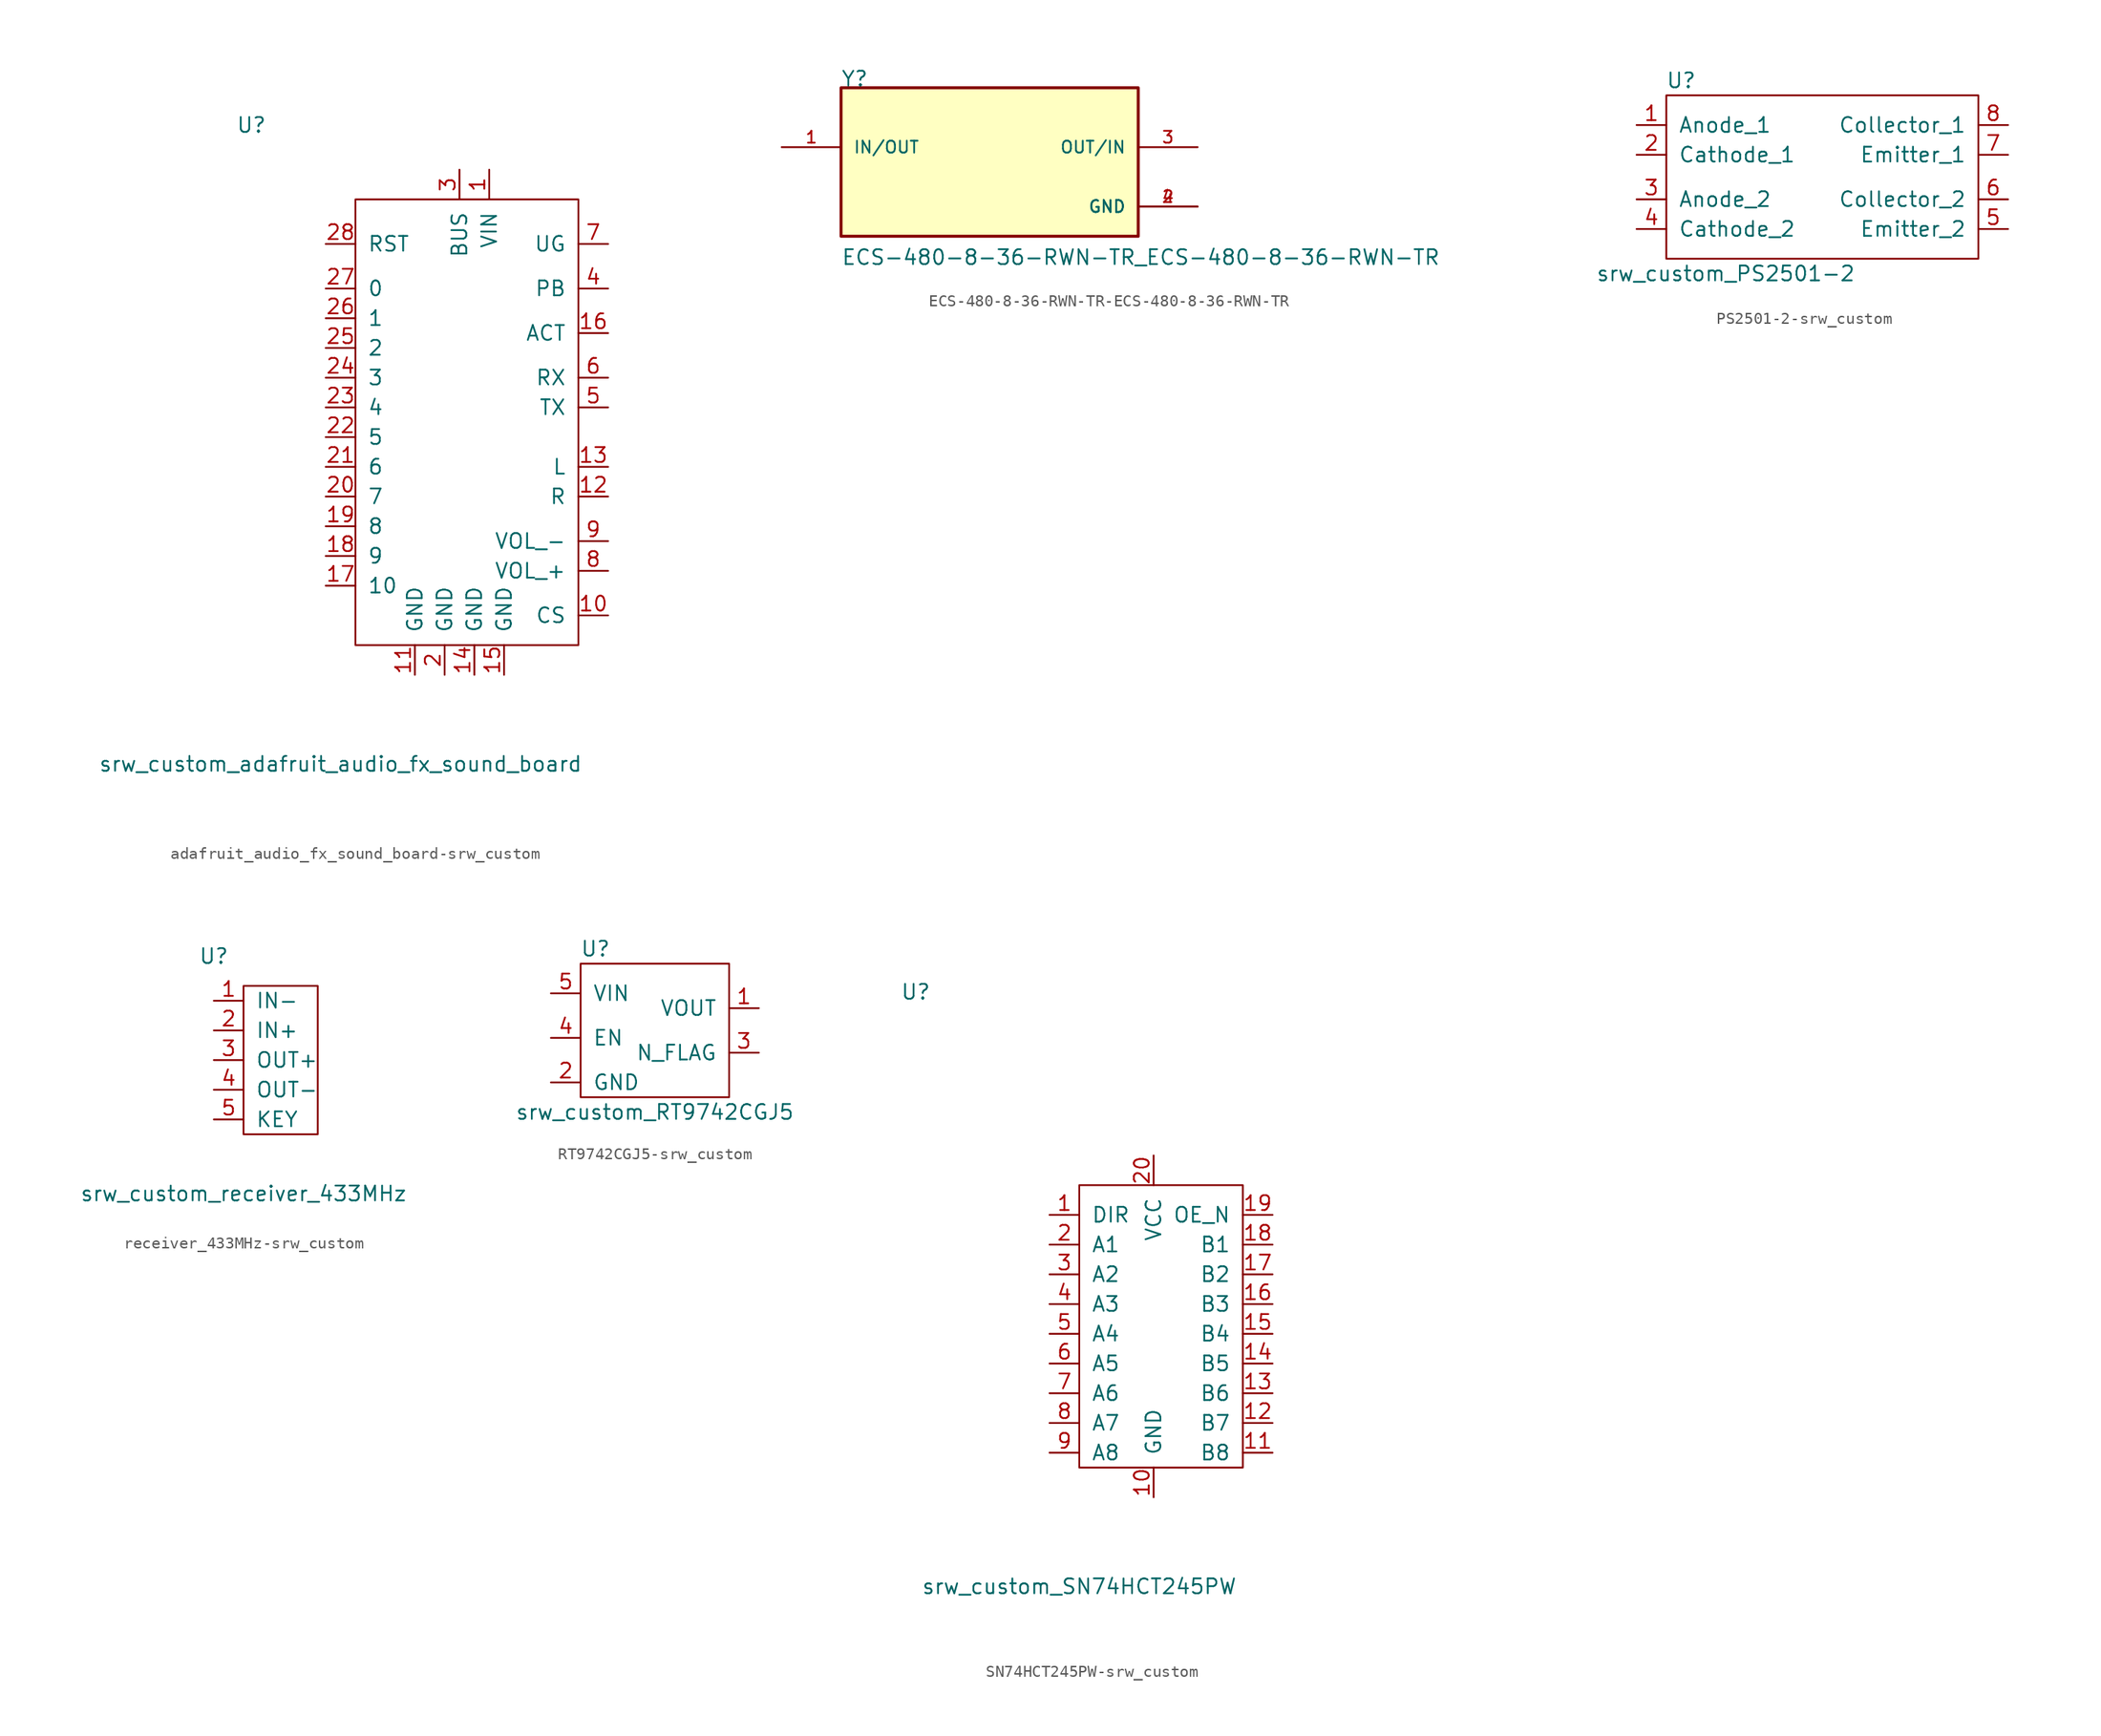
<source format=kicad_sym>
(kicad_symbol_lib
  (version 20220914)
  (generator kicad_symbol_editor)
  (symbol "adafruit_audio_fx_sound_board-srw_custom"
    (pin_names
      (offset 1.016))
    (property "Reference" "U"
      (at -8.89 6.35 0)
      (effects (font (size 1.27 1.27))))
    (property "Value" "srw_custom_adafruit_audio_fx_sound_board"
      (at -1.27 -48.26 0)
      (effects (font (size 1.27 1.27))))
    (symbol "adafruit_audio_fx_sound_board-srw_custom_0_1"
      (rectangle (start 0 0) (end 19.05 -38.1) (stroke (width 0) (type solid)) (fill (type none))))
    (symbol "adafruit_audio_fx_sound_board-srw_custom_1_1"
      (pin input line (at 11.43 2.54 270) (length 2.54) (name "VIN" (effects (font (size 1.27 1.27)))) (number "1" (effects (font (size 1.27 1.27)))))
      (pin input line (at 21.59 -35.56 180) (length 2.54) (name "CS" (effects (font (size 1.27 1.27)))) (number "10" (effects (font (size 1.27 1.27)))))
      (pin input line (at 5.08 -40.64 90) (length 2.54) (name "GND" (effects (font (size 1.27 1.27)))) (number "11" (effects (font (size 1.27 1.27)))))
      (pin input line (at 21.59 -25.4 180) (length 2.54) (name "R" (effects (font (size 1.27 1.27)))) (number "12" (effects (font (size 1.27 1.27)))))
      (pin input line (at 21.59 -22.86 180) (length 2.54) (name "L" (effects (font (size 1.27 1.27)))) (number "13" (effects (font (size 1.27 1.27)))))
      (pin input line (at 10.16 -40.64 90) (length 2.54) (name "GND" (effects (font (size 1.27 1.27)))) (number "14" (effects (font (size 1.27 1.27)))))
      (pin input line (at 12.7 -40.64 90) (length 2.54) (name "GND" (effects (font (size 1.27 1.27)))) (number "15" (effects (font (size 1.27 1.27)))))
      (pin input line (at 21.59 -11.43 180) (length 2.54) (name "ACT" (effects (font (size 1.27 1.27)))) (number "16" (effects (font (size 1.27 1.27)))))
      (pin input line (at -2.54 -33.02 0) (length 2.54) (name "10" (effects (font (size 1.27 1.27)))) (number "17" (effects (font (size 1.27 1.27)))))
      (pin input line (at -2.54 -30.48 0) (length 2.54) (name "9" (effects (font (size 1.27 1.27)))) (number "18" (effects (font (size 1.27 1.27)))))
      (pin input line (at -2.54 -27.94 0) (length 2.54) (name "8" (effects (font (size 1.27 1.27)))) (number "19" (effects (font (size 1.27 1.27)))))
      (pin input line (at 7.62 -40.64 90) (length 2.54) (name "GND" (effects (font (size 1.27 1.27)))) (number "2" (effects (font (size 1.27 1.27)))))
      (pin input line (at -2.54 -25.4 0) (length 2.54) (name "7" (effects (font (size 1.27 1.27)))) (number "20" (effects (font (size 1.27 1.27)))))
      (pin input line (at -2.54 -22.86 0) (length 2.54) (name "6" (effects (font (size 1.27 1.27)))) (number "21" (effects (font (size 1.27 1.27)))))
      (pin input line (at -2.54 -20.32 0) (length 2.54) (name "5" (effects (font (size 1.27 1.27)))) (number "22" (effects (font (size 1.27 1.27)))))
      (pin input line (at -2.54 -17.78 0) (length 2.54) (name "4" (effects (font (size 1.27 1.27)))) (number "23" (effects (font (size 1.27 1.27)))))
      (pin input line (at -2.54 -15.24 0) (length 2.54) (name "3" (effects (font (size 1.27 1.27)))) (number "24" (effects (font (size 1.27 1.27)))))
      (pin input line (at -2.54 -12.7 0) (length 2.54) (name "2" (effects (font (size 1.27 1.27)))) (number "25" (effects (font (size 1.27 1.27)))))
      (pin input line (at -2.54 -10.16 0) (length 2.54) (name "1" (effects (font (size 1.27 1.27)))) (number "26" (effects (font (size 1.27 1.27)))))
      (pin input line (at -2.54 -7.62 0) (length 2.54) (name "0" (effects (font (size 1.27 1.27)))) (number "27" (effects (font (size 1.27 1.27)))))
      (pin input line (at -2.54 -3.81 0) (length 2.54) (name "RST" (effects (font (size 1.27 1.27)))) (number "28" (effects (font (size 1.27 1.27)))))
      (pin input line (at 8.89 2.54 270) (length 2.54) (name "BUS" (effects (font (size 1.27 1.27)))) (number "3" (effects (font (size 1.27 1.27)))))
      (pin input line (at 21.59 -7.62 180) (length 2.54) (name "PB" (effects (font (size 1.27 1.27)))) (number "4" (effects (font (size 1.27 1.27)))))
      (pin input line (at 21.59 -17.78 180) (length 2.54) (name "TX" (effects (font (size 1.27 1.27)))) (number "5" (effects (font (size 1.27 1.27)))))
      (pin input line (at 21.59 -15.24 180) (length 2.54) (name "RX" (effects (font (size 1.27 1.27)))) (number "6" (effects (font (size 1.27 1.27)))))
      (pin input line (at 21.59 -3.81 180) (length 2.54) (name "UG" (effects (font (size 1.27 1.27)))) (number "7" (effects (font (size 1.27 1.27)))))
      (pin input line (at 21.59 -31.75 180) (length 2.54) (name "VOL_+" (effects (font (size 1.27 1.27)))) (number "8" (effects (font (size 1.27 1.27)))))
      (pin input line (at 21.59 -29.21 180) (length 2.54) (name "VOL_-" (effects (font (size 1.27 1.27)))) (number "9" (effects (font (size 1.27 1.27)))))))
  (symbol "ECS-480-8-36-RWN-TR-ECS-480-8-36-RWN-TR"
    (pin_names
      (offset 1.016))
    (property "Reference" "Y"
      (at -12.725 7.645 0)
      (effects (font (size 1.27 1.27)) (justify left bottom)))
    (property "Value" "ECS-480-8-36-RWN-TR_ECS-480-8-36-RWN-TR"
      (at -12.7 -7.62 0)
      (effects (font (size 1.27 1.27)) (justify left bottom)))
    (property "ki_locked" ""
      (at 0 0 0)
      (effects (font (size 1.27 1.27))))
    (symbol "ECS-480-8-36-RWN-TR-ECS-480-8-36-RWN-TR_0_0"
      (rectangle (start -12.7 -5.08) (end 12.7 7.62) (stroke (width 0.254) (type solid)) (fill (type background)))
      (pin bidirectional line (at -17.78 2.54 0) (length 5.08) (name "IN/OUT" (effects (font (size 1.016 1.016)))) (number "1" (effects (font (size 1.016 1.016)))))
      (pin power_in line (at 17.78 -2.54 180) (length 5.08) (name "GND" (effects (font (size 1.016 1.016)))) (number "2" (effects (font (size 1.016 1.016)))))
      (pin bidirectional line (at 17.78 2.54 180) (length 5.08) (name "OUT/IN" (effects (font (size 1.016 1.016)))) (number "3" (effects (font (size 1.016 1.016)))))
      (pin power_in line (at 17.78 -2.54 180) (length 5.08) (name "GND" (effects (font (size 1.016 1.016)))) (number "4" (effects (font (size 1.016 1.016)))))))
  (symbol "PS2501-2-srw_custom"
    (pin_names
      (offset 1.016))
    (property "Reference" "U"
      (at 1.27 1.27 0)
      (effects (font (size 1.27 1.27))))
    (property "Value" "srw_custom_PS2501-2"
      (at 5.08 -15.24 0)
      (effects (font (size 1.27 1.27))))
    (symbol "PS2501-2-srw_custom_0_1"
      (rectangle (start 0 0) (end 26.67 -13.97) (stroke (width 0) (type solid)) (fill (type none))))
    (symbol "PS2501-2-srw_custom_1_1"
      (pin input line (at -2.54 -2.54 0) (length 2.54) (name "Anode_1" (effects (font (size 1.27 1.27)))) (number "1" (effects (font (size 1.27 1.27)))))
      (pin input line (at -2.54 -5.08 0) (length 2.54) (name "Cathode_1" (effects (font (size 1.27 1.27)))) (number "2" (effects (font (size 1.27 1.27)))))
      (pin input line (at -2.54 -8.89 0) (length 2.54) (name "Anode_2" (effects (font (size 1.27 1.27)))) (number "3" (effects (font (size 1.27 1.27)))))
      (pin input line (at -2.54 -11.43 0) (length 2.54) (name "Cathode_2" (effects (font (size 1.27 1.27)))) (number "4" (effects (font (size 1.27 1.27)))))
      (pin input line (at 29.21 -11.43 180) (length 2.54) (name "Emitter_2" (effects (font (size 1.27 1.27)))) (number "5" (effects (font (size 1.27 1.27)))))
      (pin input line (at 29.21 -8.89 180) (length 2.54) (name "Collector_2" (effects (font (size 1.27 1.27)))) (number "6" (effects (font (size 1.27 1.27)))))
      (pin input line (at 29.21 -5.08 180) (length 2.54) (name "Emitter_1" (effects (font (size 1.27 1.27)))) (number "7" (effects (font (size 1.27 1.27)))))
      (pin input line (at 29.21 -2.54 180) (length 2.54) (name "Collector_1" (effects (font (size 1.27 1.27)))) (number "8" (effects (font (size 1.27 1.27)))))))
  (symbol "receiver_433MHz-srw_custom"
    (pin_names
      (offset 1.016))
    (property "Reference" "U"
      (at 0 0 0)
      (effects (font (size 1.27 1.27))))
    (property "Value" "srw_custom_receiver_433MHz"
      (at 2.54 -20.32 0)
      (effects (font (size 1.27 1.27))))
    (symbol "receiver_433MHz-srw_custom_0_1"
      (rectangle (start 2.54 -2.54) (end 8.89 -15.24) (stroke (width 0) (type solid)) (fill (type none))))
    (symbol "receiver_433MHz-srw_custom_1_1"
      (pin input line (at 0 -3.81 0) (length 2.54) (name "IN-" (effects (font (size 1.27 1.27)))) (number "1" (effects (font (size 1.27 1.27)))))
      (pin input line (at 0 -6.35 0) (length 2.54) (name "IN+" (effects (font (size 1.27 1.27)))) (number "2" (effects (font (size 1.27 1.27)))))
      (pin input line (at 0 -8.89 0) (length 2.54) (name "OUT+" (effects (font (size 1.27 1.27)))) (number "3" (effects (font (size 1.27 1.27)))))
      (pin input line (at 0 -11.43 0) (length 2.54) (name "OUT-" (effects (font (size 1.27 1.27)))) (number "4" (effects (font (size 1.27 1.27)))))
      (pin input line (at 0 -13.97 0) (length 2.54) (name "KEY" (effects (font (size 1.27 1.27)))) (number "5" (effects (font (size 1.27 1.27)))))))
  (symbol "RT9742CGJ5-srw_custom"
    (pin_names
      (offset 1.016))
    (property "Reference" "U"
      (at 1.27 1.27 0)
      (effects (font (size 1.27 1.27))))
    (property "Value" "srw_custom_RT9742CGJ5"
      (at 6.35 -12.7 0)
      (effects (font (size 1.27 1.27))))
    (symbol "RT9742CGJ5-srw_custom_0_1"
      (rectangle (start 0 0) (end 12.7 -11.43) (stroke (width 0) (type solid)) (fill (type none))))
    (symbol "RT9742CGJ5-srw_custom_1_1"
      (pin input line (at 15.24 -3.81 180) (length 2.54) (name "VOUT" (effects (font (size 1.27 1.27)))) (number "1" (effects (font (size 1.27 1.27)))))
      (pin input line (at -2.54 -10.16 0) (length 2.54) (name "GND" (effects (font (size 1.27 1.27)))) (number "2" (effects (font (size 1.27 1.27)))))
      (pin input line (at 15.24 -7.62 180) (length 2.54) (name "N_FLAG" (effects (font (size 1.27 1.27)))) (number "3" (effects (font (size 1.27 1.27)))))
      (pin input line (at -2.54 -6.35 0) (length 2.54) (name "EN" (effects (font (size 1.27 1.27)))) (number "4" (effects (font (size 1.27 1.27)))))
      (pin input line (at -2.54 -2.54 0) (length 2.54) (name "VIN" (effects (font (size 1.27 1.27)))) (number "5" (effects (font (size 1.27 1.27)))))))
  (symbol "SN74HCT245PW-srw_custom"
    (pin_names
      (offset 1.016))
    (property "Reference" "U"
      (at -13.97 16.51 0)
      (effects (font (size 1.27 1.27))))
    (property "Value" "srw_custom_SN74HCT245PW"
      (at 0 -34.29 0)
      (effects (font (size 1.27 1.27))))
    (symbol "SN74HCT245PW-srw_custom_0_1"
      (rectangle (start 0 0) (end 13.97 -24.13) (stroke (width 0) (type solid)) (fill (type none))))
    (symbol "SN74HCT245PW-srw_custom_1_1"
      (pin input line (at -2.54 -2.54 0) (length 2.54) (name "DIR" (effects (font (size 1.27 1.27)))) (number "1" (effects (font (size 1.27 1.27)))))
      (pin input line (at 6.35 -26.67 90) (length 2.54) (name "GND" (effects (font (size 1.27 1.27)))) (number "10" (effects (font (size 1.27 1.27)))))
      (pin input line (at 16.51 -22.86 180) (length 2.54) (name "B8" (effects (font (size 1.27 1.27)))) (number "11" (effects (font (size 1.27 1.27)))))
      (pin input line (at 16.51 -20.32 180) (length 2.54) (name "B7" (effects (font (size 1.27 1.27)))) (number "12" (effects (font (size 1.27 1.27)))))
      (pin input line (at 16.51 -17.78 180) (length 2.54) (name "B6" (effects (font (size 1.27 1.27)))) (number "13" (effects (font (size 1.27 1.27)))))
      (pin input line (at 16.51 -15.24 180) (length 2.54) (name "B5" (effects (font (size 1.27 1.27)))) (number "14" (effects (font (size 1.27 1.27)))))
      (pin input line (at 16.51 -12.7 180) (length 2.54) (name "B4" (effects (font (size 1.27 1.27)))) (number "15" (effects (font (size 1.27 1.27)))))
      (pin input line (at 16.51 -10.16 180) (length 2.54) (name "B3" (effects (font (size 1.27 1.27)))) (number "16" (effects (font (size 1.27 1.27)))))
      (pin input line (at 16.51 -7.62 180) (length 2.54) (name "B2" (effects (font (size 1.27 1.27)))) (number "17" (effects (font (size 1.27 1.27)))))
      (pin input line (at 16.51 -5.08 180) (length 2.54) (name "B1" (effects (font (size 1.27 1.27)))) (number "18" (effects (font (size 1.27 1.27)))))
      (pin input line (at 16.51 -2.54 180) (length 2.54) (name "OE_N" (effects (font (size 1.27 1.27)))) (number "19" (effects (font (size 1.27 1.27)))))
      (pin input line (at -2.54 -5.08 0) (length 2.54) (name "A1" (effects (font (size 1.27 1.27)))) (number "2" (effects (font (size 1.27 1.27)))))
      (pin input line (at 6.35 2.54 270) (length 2.54) (name "VCC" (effects (font (size 1.27 1.27)))) (number "20" (effects (font (size 1.27 1.27)))))
      (pin input line (at -2.54 -7.62 0) (length 2.54) (name "A2" (effects (font (size 1.27 1.27)))) (number "3" (effects (font (size 1.27 1.27)))))
      (pin input line (at -2.54 -10.16 0) (length 2.54) (name "A3" (effects (font (size 1.27 1.27)))) (number "4" (effects (font (size 1.27 1.27)))))
      (pin input line (at -2.54 -12.7 0) (length 2.54) (name "A4" (effects (font (size 1.27 1.27)))) (number "5" (effects (font (size 1.27 1.27)))))
      (pin input line (at -2.54 -15.24 0) (length 2.54) (name "A5" (effects (font (size 1.27 1.27)))) (number "6" (effects (font (size 1.27 1.27)))))
      (pin input line (at -2.54 -17.78 0) (length 2.54) (name "A6" (effects (font (size 1.27 1.27)))) (number "7" (effects (font (size 1.27 1.27)))))
      (pin input line (at -2.54 -20.32 0) (length 2.54) (name "A7" (effects (font (size 1.27 1.27)))) (number "8" (effects (font (size 1.27 1.27)))))
      (pin input line (at -2.54 -22.86 0) (length 2.54) (name "A8" (effects (font (size 1.27 1.27)))) (number "9" (effects (font (size 1.27 1.27))))))))
</source>
